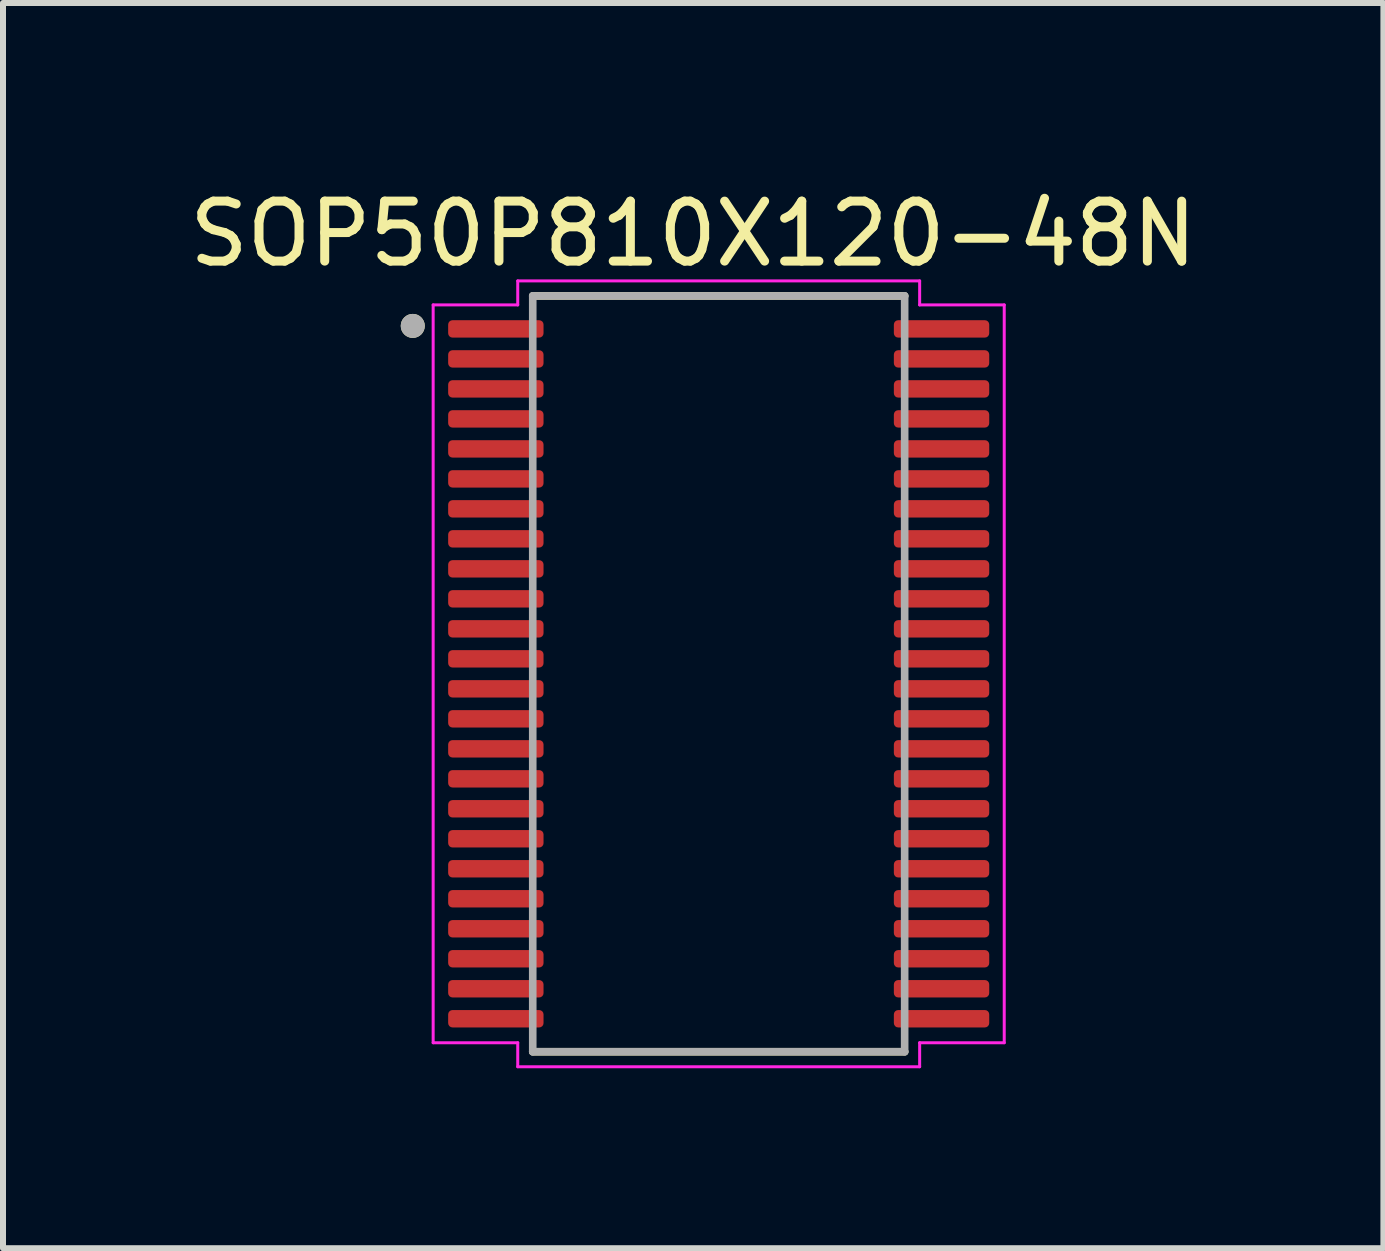
<source format=kicad_pcb>
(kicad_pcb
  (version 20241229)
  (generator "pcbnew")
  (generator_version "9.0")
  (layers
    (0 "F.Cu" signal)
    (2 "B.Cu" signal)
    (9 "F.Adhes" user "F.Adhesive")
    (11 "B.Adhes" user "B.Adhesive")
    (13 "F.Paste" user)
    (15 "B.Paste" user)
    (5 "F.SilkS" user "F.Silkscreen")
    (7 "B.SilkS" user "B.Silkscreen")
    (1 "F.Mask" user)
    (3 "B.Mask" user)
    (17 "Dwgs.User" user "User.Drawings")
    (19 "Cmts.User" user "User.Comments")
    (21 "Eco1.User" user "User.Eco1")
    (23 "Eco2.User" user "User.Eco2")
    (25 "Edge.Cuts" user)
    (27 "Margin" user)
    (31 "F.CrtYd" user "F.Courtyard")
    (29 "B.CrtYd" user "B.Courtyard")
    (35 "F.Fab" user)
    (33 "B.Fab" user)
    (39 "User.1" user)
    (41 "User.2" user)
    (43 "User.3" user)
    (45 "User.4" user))
  (footprint "SOP50P810X120-48N"
    (layer "F.Cu")
    (at 8.931 8.183)
    (property "Reference" "SOP50P810X120-48N" (at -0.425 -7.335 0) (layer "F.SilkS") (effects (font (size 1 1) (thickness 0.15))))
    (attr smd)
    (fp_line (start -3.1 -6.3) (end 3.1 -6.3) (stroke (width 0.127) (type solid)) (layer "F.SilkS"))
    (fp_line (start -3.1 6.3) (end 3.1 6.3) (stroke (width 0.127) (type solid)) (layer "F.SilkS"))
    (fp_circle (center -5.1 -5.8) (end -5 -5.8) (stroke (width 0.2) (type solid)) (fill no) (layer "F.SilkS"))
    (fp_line (start -4.76 -6.15) (end -3.35 -6.15) (stroke (width 0.05) (type solid)) (layer "F.CrtYd"))
    (fp_line (start -4.76 6.15) (end -4.76 -6.15) (stroke (width 0.05) (type solid)) (layer "F.CrtYd"))
    (fp_line (start -3.35 -6.55) (end 3.35 -6.55) (stroke (width 0.05) (type solid)) (layer "F.CrtYd"))
    (fp_line (start -3.35 -6.15) (end -3.35 -6.55) (stroke (width 0.05) (type solid)) (layer "F.CrtYd"))
    (fp_line (start -3.35 6.15) (end -4.76 6.15) (stroke (width 0.05) (type solid)) (layer "F.CrtYd"))
    (fp_line (start -3.35 6.55) (end -3.35 6.15) (stroke (width 0.05) (type solid)) (layer "F.CrtYd"))
    (fp_line (start 3.35 -6.55) (end 3.35 -6.15) (stroke (width 0.05) (type solid)) (layer "F.CrtYd"))
    (fp_line (start 3.35 -6.15) (end 4.76 -6.15) (stroke (width 0.05) (type solid)) (layer "F.CrtYd"))
    (fp_line (start 3.35 6.15) (end 3.35 6.55) (stroke (width 0.05) (type solid)) (layer "F.CrtYd"))
    (fp_line (start 3.35 6.55) (end -3.35 6.55) (stroke (width 0.05) (type solid)) (layer "F.CrtYd"))
    (fp_line (start 4.76 6.15) (end 3.35 6.15) (stroke (width 0.05) (type solid)) (layer "F.CrtYd"))
    (fp_line (start 4.76 6.15) (end 4.76 -6.15) (stroke (width 0.05) (type solid)) (layer "F.CrtYd"))
    (fp_line (start -3.1 -6.3) (end 3.1 -6.3) (stroke (width 0.127) (type solid)) (layer "F.Fab"))
    (fp_line (start -3.1 6.3) (end -3.1 -6.3) (stroke (width 0.127) (type solid)) (layer "F.Fab"))
    (fp_line (start 3.1 -6.3) (end 3.1 6.3) (stroke (width 0.127) (type solid)) (layer "F.Fab"))
    (fp_line (start 3.1 6.3) (end -3.1 6.3) (stroke (width 0.127) (type solid)) (layer "F.Fab"))
    (fp_circle (center -5.1 -5.8) (end -5 -5.8) (stroke (width 0.2) (type solid)) (fill no) (layer "F.Fab"))
    (pad "1" smd roundrect (at -3.715 -5.75) (size 1.59 0.29) (layers "F.Cu" "F.Mask" "F.Paste") (roundrect_rratio 0.25))
    (pad "2" smd roundrect (at -3.715 -5.25) (size 1.59 0.29) (layers "F.Cu" "F.Mask" "F.Paste") (roundrect_rratio 0.25))
    (pad "3" smd roundrect (at -3.715 -4.75) (size 1.59 0.29) (layers "F.Cu" "F.Mask" "F.Paste") (roundrect_rratio 0.25))
    (pad "4" smd roundrect (at -3.715 -4.25) (size 1.59 0.29) (layers "F.Cu" "F.Mask" "F.Paste") (roundrect_rratio 0.25))
    (pad "5" smd roundrect (at -3.715 -3.75) (size 1.59 0.29) (layers "F.Cu" "F.Mask" "F.Paste") (roundrect_rratio 0.25))
    (pad "6" smd roundrect (at -3.715 -3.25) (size 1.59 0.29) (layers "F.Cu" "F.Mask" "F.Paste") (roundrect_rratio 0.25))
    (pad "7" smd roundrect (at -3.715 -2.75) (size 1.59 0.29) (layers "F.Cu" "F.Mask" "F.Paste") (roundrect_rratio 0.25))
    (pad "8" smd roundrect (at -3.715 -2.25) (size 1.59 0.29) (layers "F.Cu" "F.Mask" "F.Paste") (roundrect_rratio 0.25))
    (pad "9" smd roundrect (at -3.715 -1.75) (size 1.59 0.29) (layers "F.Cu" "F.Mask" "F.Paste") (roundrect_rratio 0.25))
    (pad "10" smd roundrect (at -3.715 -1.25) (size 1.59 0.29) (layers "F.Cu" "F.Mask" "F.Paste") (roundrect_rratio 0.25))
    (pad "11" smd roundrect (at -3.715 -0.75) (size 1.59 0.29) (layers "F.Cu" "F.Mask" "F.Paste") (roundrect_rratio 0.25))
    (pad "12" smd roundrect (at -3.715 -0.25) (size 1.59 0.29) (layers "F.Cu" "F.Mask" "F.Paste") (roundrect_rratio 0.25))
    (pad "13" smd roundrect (at -3.715 0.25) (size 1.59 0.29) (layers "F.Cu" "F.Mask" "F.Paste") (roundrect_rratio 0.25))
    (pad "14" smd roundrect (at -3.715 0.75) (size 1.59 0.29) (layers "F.Cu" "F.Mask" "F.Paste") (roundrect_rratio 0.25))
    (pad "15" smd roundrect (at -3.715 1.25) (size 1.59 0.29) (layers "F.Cu" "F.Mask" "F.Paste") (roundrect_rratio 0.25))
    (pad "16" smd roundrect (at -3.715 1.75) (size 1.59 0.29) (layers "F.Cu" "F.Mask" "F.Paste") (roundrect_rratio 0.25))
    (pad "17" smd roundrect (at -3.715 2.25) (size 1.59 0.29) (layers "F.Cu" "F.Mask" "F.Paste") (roundrect_rratio 0.25))
    (pad "18" smd roundrect (at -3.715 2.75) (size 1.59 0.29) (layers "F.Cu" "F.Mask" "F.Paste") (roundrect_rratio 0.25))
    (pad "19" smd roundrect (at -3.715 3.25) (size 1.59 0.29) (layers "F.Cu" "F.Mask" "F.Paste") (roundrect_rratio 0.25))
    (pad "20" smd roundrect (at -3.715 3.75) (size 1.59 0.29) (layers "F.Cu" "F.Mask" "F.Paste") (roundrect_rratio 0.25))
    (pad "21" smd roundrect (at -3.715 4.25) (size 1.59 0.29) (layers "F.Cu" "F.Mask" "F.Paste") (roundrect_rratio 0.25))
    (pad "22" smd roundrect (at -3.715 4.75) (size 1.59 0.29) (layers "F.Cu" "F.Mask" "F.Paste") (roundrect_rratio 0.25))
    (pad "23" smd roundrect (at -3.715 5.25) (size 1.59 0.29) (layers "F.Cu" "F.Mask" "F.Paste") (roundrect_rratio 0.25))
    (pad "24" smd roundrect (at -3.715 5.75) (size 1.59 0.29) (layers "F.Cu" "F.Mask" "F.Paste") (roundrect_rratio 0.25))
    (pad "25" smd roundrect (at 3.715 5.75) (size 1.59 0.29) (layers "F.Cu" "F.Mask" "F.Paste") (roundrect_rratio 0.25))
    (pad "26" smd roundrect (at 3.715 5.25) (size 1.59 0.29) (layers "F.Cu" "F.Mask" "F.Paste") (roundrect_rratio 0.25))
    (pad "27" smd roundrect (at 3.715 4.75) (size 1.59 0.29) (layers "F.Cu" "F.Mask" "F.Paste") (roundrect_rratio 0.25))
    (pad "28" smd roundrect (at 3.715 4.25) (size 1.59 0.29) (layers "F.Cu" "F.Mask" "F.Paste") (roundrect_rratio 0.25))
    (pad "29" smd roundrect (at 3.715 3.75) (size 1.59 0.29) (layers "F.Cu" "F.Mask" "F.Paste") (roundrect_rratio 0.25))
    (pad "30" smd roundrect (at 3.715 3.25) (size 1.59 0.29) (layers "F.Cu" "F.Mask" "F.Paste") (roundrect_rratio 0.25))
    (pad "31" smd roundrect (at 3.715 2.75) (size 1.59 0.29) (layers "F.Cu" "F.Mask" "F.Paste") (roundrect_rratio 0.25))
    (pad "32" smd roundrect (at 3.715 2.25) (size 1.59 0.29) (layers "F.Cu" "F.Mask" "F.Paste") (roundrect_rratio 0.25))
    (pad "33" smd roundrect (at 3.715 1.75) (size 1.59 0.29) (layers "F.Cu" "F.Mask" "F.Paste") (roundrect_rratio 0.25))
    (pad "34" smd roundrect (at 3.715 1.25) (size 1.59 0.29) (layers "F.Cu" "F.Mask" "F.Paste") (roundrect_rratio 0.25))
    (pad "35" smd roundrect (at 3.715 0.75) (size 1.59 0.29) (layers "F.Cu" "F.Mask" "F.Paste") (roundrect_rratio 0.25))
    (pad "36" smd roundrect (at 3.715 0.25) (size 1.59 0.29) (layers "F.Cu" "F.Mask" "F.Paste") (roundrect_rratio 0.25))
    (pad "37" smd roundrect (at 3.715 -0.25) (size 1.59 0.29) (layers "F.Cu" "F.Mask" "F.Paste") (roundrect_rratio 0.25))
    (pad "38" smd roundrect (at 3.715 -0.75) (size 1.59 0.29) (layers "F.Cu" "F.Mask" "F.Paste") (roundrect_rratio 0.25))
    (pad "39" smd roundrect (at 3.715 -1.25) (size 1.59 0.29) (layers "F.Cu" "F.Mask" "F.Paste") (roundrect_rratio 0.25))
    (pad "40" smd roundrect (at 3.715 -1.75) (size 1.59 0.29) (layers "F.Cu" "F.Mask" "F.Paste") (roundrect_rratio 0.25))
    (pad "41" smd roundrect (at 3.715 -2.25) (size 1.59 0.29) (layers "F.Cu" "F.Mask" "F.Paste") (roundrect_rratio 0.25))
    (pad "42" smd roundrect (at 3.715 -2.75) (size 1.59 0.29) (layers "F.Cu" "F.Mask" "F.Paste") (roundrect_rratio 0.25))
    (pad "43" smd roundrect (at 3.715 -3.25) (size 1.59 0.29) (layers "F.Cu" "F.Mask" "F.Paste") (roundrect_rratio 0.25))
    (pad "44" smd roundrect (at 3.715 -3.75) (size 1.59 0.29) (layers "F.Cu" "F.Mask" "F.Paste") (roundrect_rratio 0.25))
    (pad "45" smd roundrect (at 3.715 -4.25) (size 1.59 0.29) (layers "F.Cu" "F.Mask" "F.Paste") (roundrect_rratio 0.25))
    (pad "46" smd roundrect (at 3.715 -4.75) (size 1.59 0.29) (layers "F.Cu" "F.Mask" "F.Paste") (roundrect_rratio 0.25))
    (pad "47" smd roundrect (at 3.715 -5.25) (size 1.59 0.29) (layers "F.Cu" "F.Mask" "F.Paste") (roundrect_rratio 0.25))
    (pad "48" smd roundrect (at 3.715 -5.75) (size 1.59 0.29) (layers "F.Cu" "F.Mask" "F.Paste") (roundrect_rratio 0.25)))
  (gr_rect
    (start -3 -3)
    (end 20.012 17.758)
    (stroke (width 0.1) (type default))
    (fill no)
    (layer "Edge.Cuts")))
</source>
